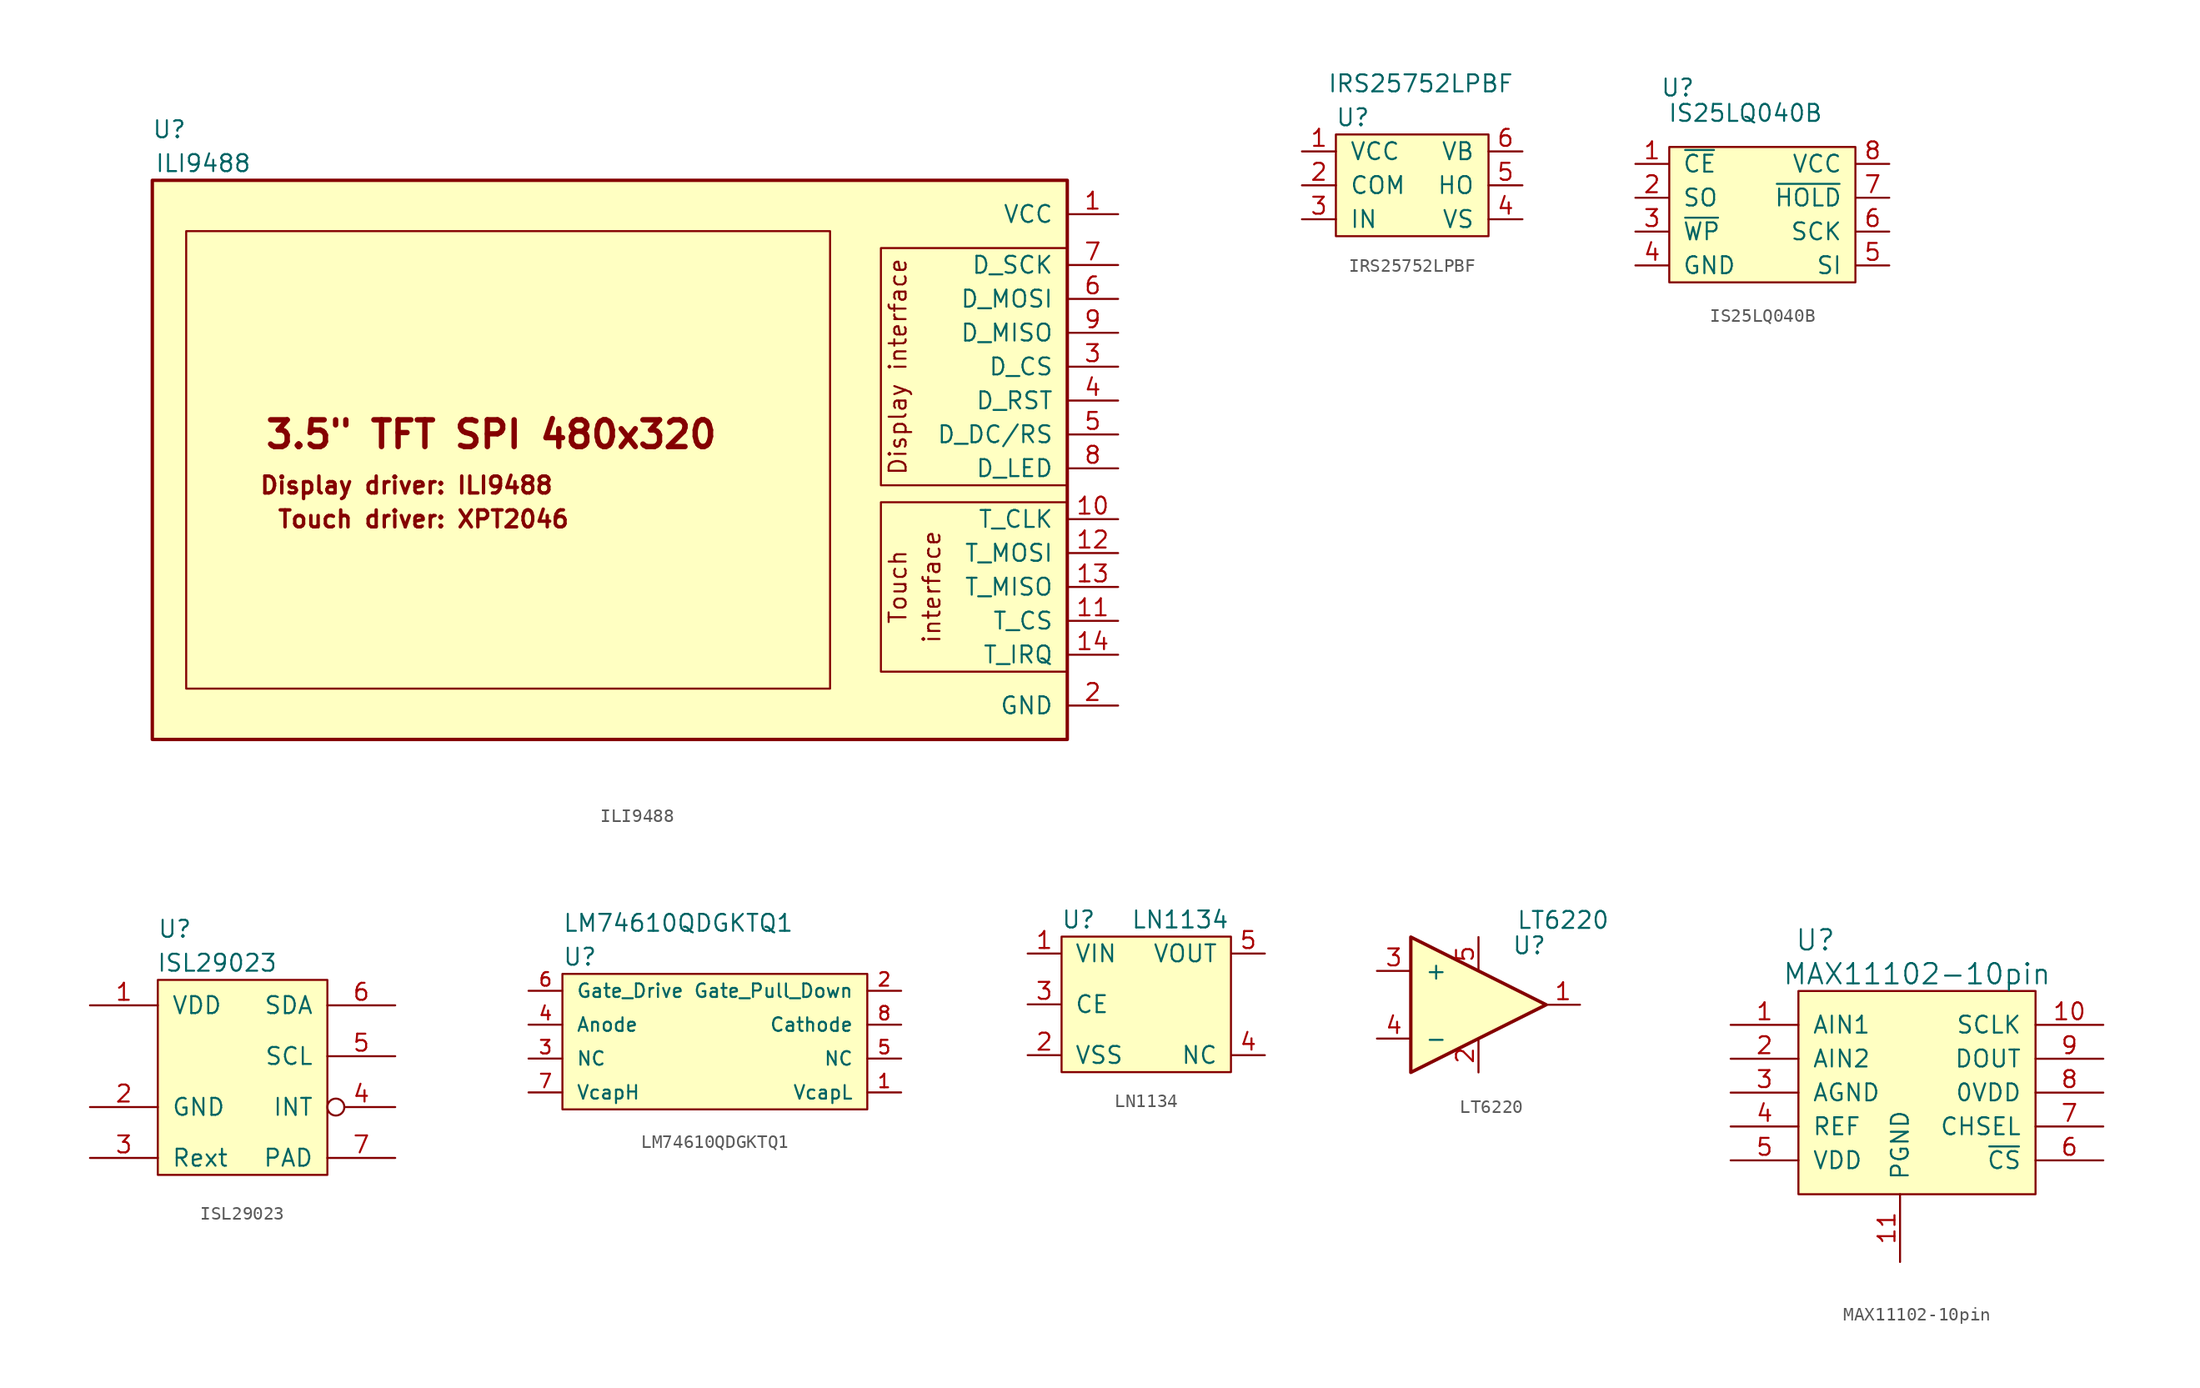
<source format=kicad_sym>
(kicad_symbol_lib
  (version 20211014)
  (generator kicad_symbol_editor)
  (symbol "ILI9488"
    (pin_names
      (offset 1.016))
    (property "Reference" "U"
      (at -27.94 24.13 0)
      (effects (font (size 1.27 1.27))))
    (property "Value" "ILI9488"
      (at -25.4 21.59 0)
      (effects (font (size 1.27 1.27))))
    (symbol "ILI9488_0_0"
      (polyline (pts (xy 39.37 -3.81) (xy 25.4 -3.81) (xy 25.4 -16.51) (xy 39.37 -16.51)) (stroke (width 0) (type default) (color 0 0 0 0)) (fill (type none)))
      (polyline (pts (xy 39.37 -2.54) (xy 25.4 -2.54) (xy 25.4 15.24) (xy 39.37 15.24)) (stroke (width 0) (type default) (color 0 0 0 0)) (fill (type none)))
      (text "3.5\" TFT SPI 480x320" (at -3.81 1.27 0) (effects (font (size 2.007 2.007) bold)))
      (text "Display driver: ILI9488" (at -10.16 -2.54 0) (effects (font (size 1.27 1.27) bold)))
      (text "Display interface" (at 26.67 6.35 900) (effects (font (size 1.27 1.27))))
      (text "interface" (at 29.21 -10.16 900) (effects (font (size 1.27 1.27))))
      (text "Touch" (at 26.67 -10.16 900) (effects (font (size 1.27 1.27))))
      (text "Touch driver: XPT2046" (at -8.89 -5.08 0) (effects (font (size 1.27 1.27) bold))))
    (symbol "ILI9488_0_1"
      (rectangle (start -26.67 16.51) (end 21.59 -17.78) (stroke (width 0) (type default) (color 0 0 0 0)) (fill (type background))))
    (symbol "ILI9488_1_1"
      (rectangle (start 39.37 20.32) (end -29.21 -21.59) (stroke (width 0.254) (type default) (color 0 0 0 0)) (fill (type background)))
      (pin passive line (at 43.18 17.78 180) (length 3.81) (name "VCC" (effects (font (size 1.27 1.27)))) (number "1" (effects (font (size 1.27 1.27)))))
      (pin passive line (at 43.18 -5.08 180) (length 3.81) (name "T_CLK" (effects (font (size 1.27 1.27)))) (number "10" (effects (font (size 1.27 1.27)))))
      (pin passive line (at 43.18 -12.7 180) (length 3.81) (name "T_CS" (effects (font (size 1.27 1.27)))) (number "11" (effects (font (size 1.27 1.27)))))
      (pin passive line (at 43.18 -7.62 180) (length 3.81) (name "T_MOSI" (effects (font (size 1.27 1.27)))) (number "12" (effects (font (size 1.27 1.27)))))
      (pin passive line (at 43.18 -10.16 180) (length 3.81) (name "T_MISO" (effects (font (size 1.27 1.27)))) (number "13" (effects (font (size 1.27 1.27)))))
      (pin passive line (at 43.18 -15.24 180) (length 3.81) (name "T_IRQ" (effects (font (size 1.27 1.27)))) (number "14" (effects (font (size 1.27 1.27)))))
      (pin passive line (at 43.18 -19.05 180) (length 3.81) (name "GND" (effects (font (size 1.27 1.27)))) (number "2" (effects (font (size 1.27 1.27)))))
      (pin passive line (at 43.18 6.35 180) (length 3.81) (name "D_CS" (effects (font (size 1.27 1.27)))) (number "3" (effects (font (size 1.27 1.27)))))
      (pin passive line (at 43.18 3.81 180) (length 3.81) (name "D_RST" (effects (font (size 1.27 1.27)))) (number "4" (effects (font (size 1.27 1.27)))))
      (pin passive line (at 43.18 1.27 180) (length 3.81) (name "D_DC/RS" (effects (font (size 1.27 1.27)))) (number "5" (effects (font (size 1.27 1.27)))))
      (pin passive line (at 43.18 11.43 180) (length 3.81) (name "D_MOSI" (effects (font (size 1.27 1.27)))) (number "6" (effects (font (size 1.27 1.27)))))
      (pin passive line (at 43.18 13.97 180) (length 3.81) (name "D_SCK" (effects (font (size 1.27 1.27)))) (number "7" (effects (font (size 1.27 1.27)))))
      (pin passive line (at 43.18 -1.27 180) (length 3.81) (name "D_LED" (effects (font (size 1.27 1.27)))) (number "8" (effects (font (size 1.27 1.27)))))
      (pin passive line (at 43.18 8.89 180) (length 3.81) (name "D_MISO" (effects (font (size 1.27 1.27)))) (number "9" (effects (font (size 1.27 1.27)))))))
  (symbol "IRS25752LPBF"
    (pin_names
      (offset 1.016))
    (property "Reference" "U"
      (at -5.08 5.08 0)
      (effects (font (size 1.27 1.27))))
    (property "Value" "IRS25752LPBF"
      (at 0 7.62 0)
      (effects (font (size 1.27 1.27))))
    (symbol "IRS25752LPBF_0_1"
      (rectangle (start -6.35 3.81) (end 5.08 -3.81) (stroke (width 0) (type default) (color 0 0 0 0)) (fill (type background))))
    (symbol "IRS25752LPBF_1_1"
      (pin input line (at -8.89 2.54 0) (length 2.54) (name "VCC" (effects (font (size 1.27 1.27)))) (number "1" (effects (font (size 1.27 1.27)))))
      (pin input line (at -8.89 0 0) (length 2.54) (name "COM" (effects (font (size 1.27 1.27)))) (number "2" (effects (font (size 1.27 1.27)))))
      (pin input line (at -8.89 -2.54 0) (length 2.54) (name "IN" (effects (font (size 1.27 1.27)))) (number "3" (effects (font (size 1.27 1.27)))))
      (pin input line (at 7.62 -2.54 180) (length 2.54) (name "VS" (effects (font (size 1.27 1.27)))) (number "4" (effects (font (size 1.27 1.27)))))
      (pin input line (at 7.62 0 180) (length 2.54) (name "HO" (effects (font (size 1.27 1.27)))) (number "5" (effects (font (size 1.27 1.27)))))
      (pin input line (at 7.62 2.54 180) (length 2.54) (name "VB" (effects (font (size 1.27 1.27)))) (number "6" (effects (font (size 1.27 1.27)))))))
  (symbol "IS25LQ040B"
    (pin_names
      (offset 1.016))
    (property "Reference" "U"
      (at -4.445 3.81 0)
      (effects (font (size 1.27 1.27))))
    (property "Value" "IS25LQ040B"
      (at 0.635 1.905 0)
      (effects (font (size 1.27 1.27))))
    (symbol "IS25LQ040B_0_1"
      (rectangle (start -5.08 -0.635) (end 8.89 -10.795) (stroke (width 0) (type default) (color 0 0 0 0)) (fill (type background))))
    (symbol "IS25LQ040B_1_1"
      (pin input line (at -7.62 -1.905 0) (length 2.489) (name "~{CE}" (effects (font (size 1.27 1.27)))) (number "1" (effects (font (size 1.27 1.27)))))
      (pin input line (at -7.62 -4.445 0) (length 2.489) (name "SO" (effects (font (size 1.27 1.27)))) (number "2" (effects (font (size 1.27 1.27)))))
      (pin input line (at -7.62 -6.985 0) (length 2.489) (name "~{WP}" (effects (font (size 1.27 1.27)))) (number "3" (effects (font (size 1.27 1.27)))))
      (pin input line (at -7.62 -9.525 0) (length 2.489) (name "GND" (effects (font (size 1.27 1.27)))) (number "4" (effects (font (size 1.27 1.27)))))
      (pin input line (at 11.43 -9.525 180) (length 2.489) (name "SI" (effects (font (size 1.27 1.27)))) (number "5" (effects (font (size 1.27 1.27)))))
      (pin input line (at 11.43 -6.985 180) (length 2.489) (name "SCK" (effects (font (size 1.27 1.27)))) (number "6" (effects (font (size 1.27 1.27)))))
      (pin input line (at 11.43 -4.445 180) (length 2.489) (name "~{HOLD}" (effects (font (size 1.27 1.27)))) (number "7" (effects (font (size 1.27 1.27)))))
      (pin input line (at 11.43 -1.905 180) (length 2.489) (name "VCC" (effects (font (size 1.27 1.27)))) (number "8" (effects (font (size 1.27 1.27)))))))
  (symbol "ISL29023"
    (pin_names
      (offset 1.016))
    (property "Reference" "U"
      (at -4.445 9.525 0)
      (effects (font (size 1.27 1.27))))
    (property "Value" "ISL29023"
      (at -1.27 6.985 0)
      (effects (font (size 1.27 1.27))))
    (symbol "ISL29023_0_1"
      (rectangle (start -5.715 5.715) (end 6.985 -8.89) (stroke (width 0) (type default) (color 0 0 0 0)) (fill (type background))))
    (symbol "ISL29023_1_1"
      (pin input line (at -10.795 3.81 0) (length 5.08) (name "VDD" (effects (font (size 1.27 1.27)))) (number "1" (effects (font (size 1.27 1.27)))))
      (pin input line (at -10.795 -3.81 0) (length 5.08) (name "GND" (effects (font (size 1.27 1.27)))) (number "2" (effects (font (size 1.27 1.27)))))
      (pin input line (at -10.795 -7.62 0) (length 5.08) (name "Rext" (effects (font (size 1.27 1.27)))) (number "3" (effects (font (size 1.27 1.27)))))
      (pin input inverted (at 12.065 -3.81 180) (length 5.08) (name "INT" (effects (font (size 1.27 1.27)))) (number "4" (effects (font (size 1.27 1.27)))))
      (pin input line (at 12.065 0 180) (length 5.08) (name "SCL" (effects (font (size 1.27 1.27)))) (number "5" (effects (font (size 1.27 1.27)))))
      (pin input line (at 12.065 3.81 180) (length 5.08) (name "SDA" (effects (font (size 1.27 1.27)))) (number "6" (effects (font (size 1.27 1.27)))))
      (pin input line (at 12.065 -7.62 180) (length 5.08) (name "PAD" (effects (font (size 1.27 1.27)))) (number "7" (effects (font (size 1.27 1.27)))))))
  (symbol "LM74610QDGKTQ1"
    (pin_names
      (offset 1.016))
    (property "Reference" "U"
      (at 0 5.08 0)
      (effects (font (size 1.27 1.27)) (justify left)))
    (property "Value" "LM74610QDGKTQ1"
      (at 0 7.62 0)
      (effects (font (size 1.27 1.27)) (justify left)))
    (symbol "LM74610QDGKTQ1_0_1"
      (rectangle (start 0 3.81) (end 22.86 -6.35) (stroke (width 0) (type default) (color 0 0 0 0)) (fill (type background))))
    (symbol "LM74610QDGKTQ1_1_1"
      (pin passive line (at 25.4 -5.08 180) (length 2.54) (name "VcapL" (effects (font (size 1.016 1.016)))) (number "1" (effects (font (size 1.016 1.016)))))
      (pin passive line (at 25.4 2.54 180) (length 2.54) (name "Gate_Pull_Down" (effects (font (size 1.016 1.016)))) (number "2" (effects (font (size 1.016 1.016)))))
      (pin passive line (at -2.54 -2.54 0) (length 2.54) (name "NC" (effects (font (size 1.016 1.016)))) (number "3" (effects (font (size 1.016 1.016)))))
      (pin passive line (at -2.54 0 0) (length 2.54) (name "Anode" (effects (font (size 1.016 1.016)))) (number "4" (effects (font (size 1.016 1.016)))))
      (pin passive line (at 25.4 -2.54 180) (length 2.54) (name "NC" (effects (font (size 1.016 1.016)))) (number "5" (effects (font (size 1.016 1.016)))))
      (pin passive line (at -2.54 2.54 0) (length 2.54) (name "Gate_Drive" (effects (font (size 1.016 1.016)))) (number "6" (effects (font (size 1.016 1.016)))))
      (pin passive line (at -2.54 -5.08 0) (length 2.54) (name "VcapH" (effects (font (size 1.016 1.016)))) (number "7" (effects (font (size 1.016 1.016)))))
      (pin passive line (at 25.4 0 180) (length 2.54) (name "Cathode" (effects (font (size 1.016 1.016)))) (number "8" (effects (font (size 1.016 1.016)))))))
  (symbol "LN1134"
    (pin_names
      (offset 1.016))
    (property "Reference" "U"
      (at -5.08 3.81 0)
      (effects (font (size 1.27 1.27))))
    (property "Value" "LN1134"
      (at 2.54 3.81 0)
      (effects (font (size 1.27 1.27))))
    (symbol "LN1134_0_1"
      (rectangle (start -6.35 2.54) (end 6.35 -7.62) (stroke (width 0) (type default) (color 0 0 0 0)) (fill (type background))))
    (symbol "LN1134_1_1"
      (pin input line (at -8.89 1.27 0) (length 2.489) (name "VIN" (effects (font (size 1.27 1.27)))) (number "1" (effects (font (size 1.27 1.27)))))
      (pin input line (at -8.89 -6.35 0) (length 2.489) (name "VSS" (effects (font (size 1.27 1.27)))) (number "2" (effects (font (size 1.27 1.27)))))
      (pin input line (at -8.89 -2.54 0) (length 2.489) (name "CE" (effects (font (size 1.27 1.27)))) (number "3" (effects (font (size 1.27 1.27)))))
      (pin input line (at 8.89 -6.35 180) (length 2.489) (name "NC" (effects (font (size 1.27 1.27)))) (number "4" (effects (font (size 1.27 1.27)))))
      (pin input line (at 8.89 1.27 180) (length 2.489) (name "VOUT" (effects (font (size 1.27 1.27)))) (number "5" (effects (font (size 1.27 1.27)))))))
  (symbol "LT6220"
    (pin_names
      (offset 1.016))
    (property "Reference" "U"
      (at 5.08 4.445 0)
      (effects (font (size 1.27 1.27))))
    (property "Value" "LT6220"
      (at 7.62 6.35 0)
      (effects (font (size 1.27 1.27))))
    (symbol "LT6220_1_1"
      (polyline (pts (xy -3.81 5.08) (xy 6.35 0) (xy -3.81 -5.08) (xy -3.81 5.08)) (stroke (width 0.254) (type default) (color 0 0 0 0)) (fill (type background)))
      (pin output line (at 8.89 0 180) (length 2.54) (name "~" (effects (font (size 1.27 1.27)))) (number "1" (effects (font (size 1.27 1.27)))))
      (pin input line (at 1.27 -5.08 90) (length 2.54) (name "~" (effects (font (size 1.27 1.27)))) (number "2" (effects (font (size 1.27 1.27)))))
      (pin input line (at -6.35 2.54 0) (length 2.54) (name "+" (effects (font (size 1.27 1.27)))) (number "3" (effects (font (size 1.27 1.27)))))
      (pin input line (at -6.35 -2.54 0) (length 2.54) (name "-" (effects (font (size 1.27 1.27)))) (number "4" (effects (font (size 1.27 1.27)))))
      (pin input line (at 1.27 5.08 270) (length 2.54) (name "~" (effects (font (size 1.27 1.27)))) (number "5" (effects (font (size 1.27 1.27)))))))
  (symbol "MAX11102-10pin"
    (pin_names
      (offset 1.016))
    (property "Reference" "U"
      (at -2.54 19.05 0)
      (effects (font (size 1.524 1.524))))
    (property "Value" "MAX11102-10pin"
      (at 5.08 16.51 0)
      (effects (font (size 1.524 1.524))))
    (symbol "MAX11102-10pin_0_1"
      (rectangle (start -3.81 15.24) (end 13.97 0) (stroke (width 0) (type default) (color 0 0 0 0)) (fill (type background))))
    (symbol "MAX11102-10pin_1_1"
      (pin input line (at -8.89 12.7 0) (length 5.08) (name "AIN1" (effects (font (size 1.27 1.27)))) (number "1" (effects (font (size 1.27 1.27)))))
      (pin input line (at 19.05 12.7 180) (length 5.08) (name "SCLK" (effects (font (size 1.27 1.27)))) (number "10" (effects (font (size 1.27 1.27)))))
      (pin input line (at 3.81 -5.08 90) (length 5.08) (name "PGND" (effects (font (size 1.27 1.27)))) (number "11" (effects (font (size 1.27 1.27)))))
      (pin power_in line (at -8.89 10.16 0) (length 5.08) (name "AIN2" (effects (font (size 1.27 1.27)))) (number "2" (effects (font (size 1.27 1.27)))))
      (pin input line (at -8.89 7.62 0) (length 5.08) (name "AGND" (effects (font (size 1.27 1.27)))) (number "3" (effects (font (size 1.27 1.27)))))
      (pin input line (at -8.89 5.08 0) (length 5.08) (name "REF" (effects (font (size 1.27 1.27)))) (number "4" (effects (font (size 1.27 1.27)))))
      (pin input line (at -8.89 2.54 0) (length 5.08) (name "VDD" (effects (font (size 1.27 1.27)))) (number "5" (effects (font (size 1.27 1.27)))))
      (pin input line (at 19.05 2.54 180) (length 5.08) (name "~{CS}" (effects (font (size 1.27 1.27)))) (number "6" (effects (font (size 1.27 1.27)))))
      (pin input line (at 19.05 5.08 180) (length 5.08) (name "CHSEL" (effects (font (size 1.27 1.27)))) (number "7" (effects (font (size 1.27 1.27)))))
      (pin input line (at 19.05 7.62 180) (length 5.08) (name "0VDD" (effects (font (size 1.27 1.27)))) (number "8" (effects (font (size 1.27 1.27)))))
      (pin input line (at 19.05 10.16 180) (length 5.08) (name "DOUT" (effects (font (size 1.27 1.27)))) (number "9" (effects (font (size 1.27 1.27))))))))
</source>
